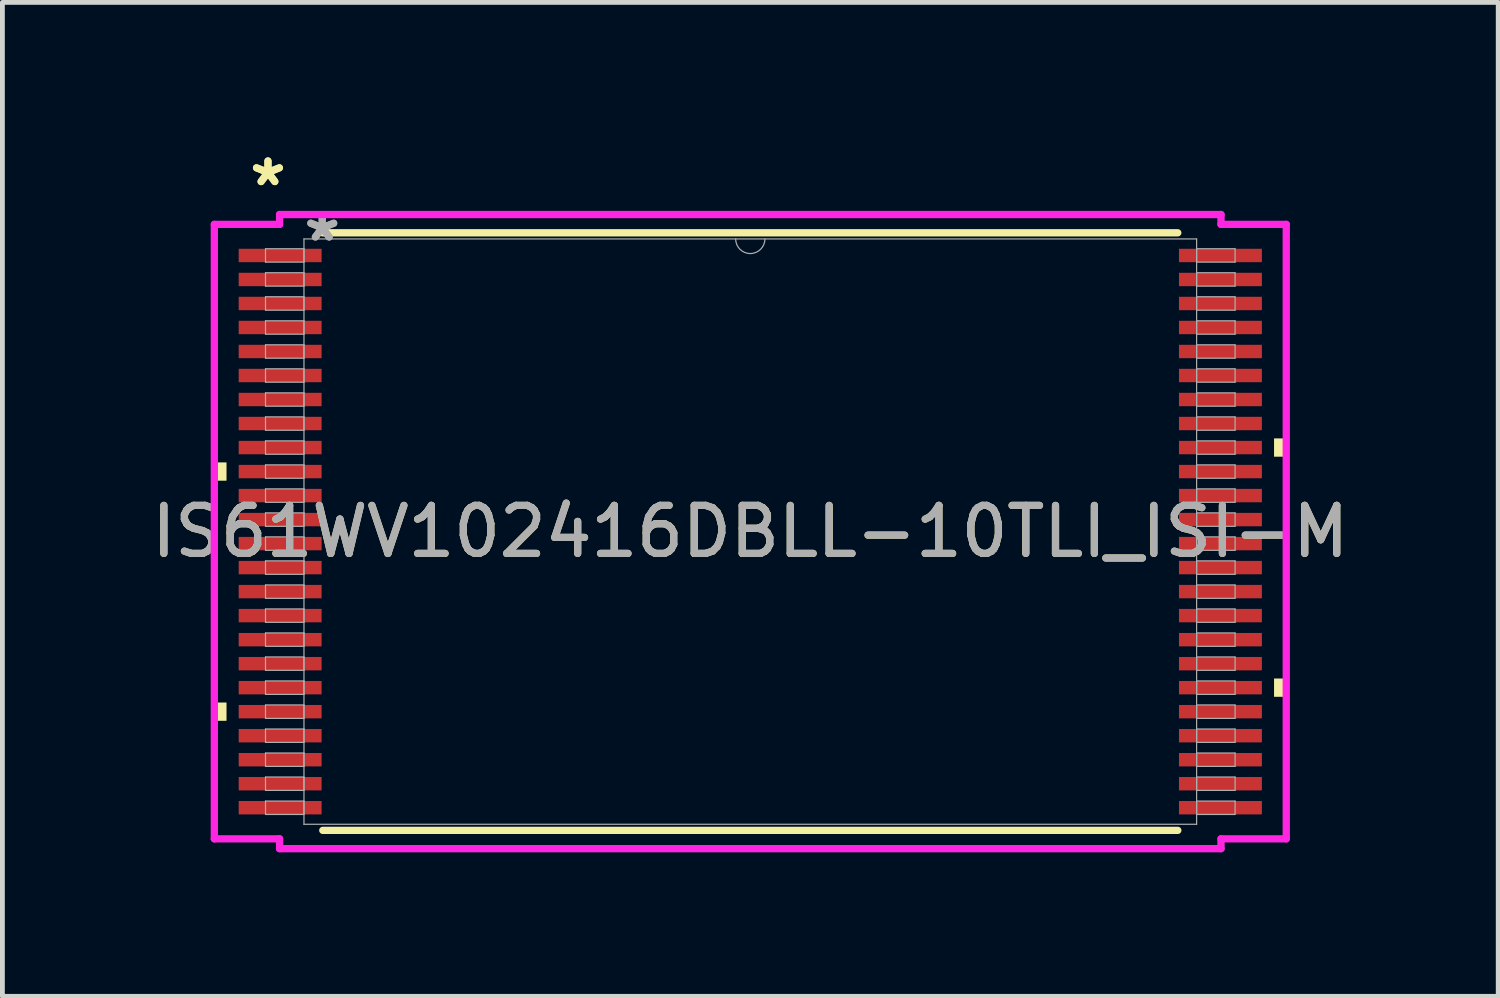
<source format=kicad_pcb>
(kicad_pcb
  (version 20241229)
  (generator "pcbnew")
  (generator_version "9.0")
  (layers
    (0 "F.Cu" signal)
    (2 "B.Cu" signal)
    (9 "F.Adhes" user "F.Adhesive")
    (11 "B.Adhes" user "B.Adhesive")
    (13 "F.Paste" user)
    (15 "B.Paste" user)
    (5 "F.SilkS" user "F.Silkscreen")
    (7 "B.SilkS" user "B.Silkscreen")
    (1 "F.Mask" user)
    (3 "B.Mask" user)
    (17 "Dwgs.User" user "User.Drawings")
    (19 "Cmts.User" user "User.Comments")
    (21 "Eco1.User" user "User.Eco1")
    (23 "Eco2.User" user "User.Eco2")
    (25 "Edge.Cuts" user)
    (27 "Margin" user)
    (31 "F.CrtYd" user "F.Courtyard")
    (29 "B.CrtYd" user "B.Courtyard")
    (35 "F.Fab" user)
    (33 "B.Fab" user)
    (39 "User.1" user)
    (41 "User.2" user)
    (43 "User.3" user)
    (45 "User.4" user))
  (footprint "IS61WV102416DBLL-10TLI_ISI-M"
    (layer "F.Cu")
    (at 12.577 8.022)
    (property "Reference" "IS61WV102416DBLL-10TLI_ISI-M" (at 0 0 0) (unlocked yes) (layer "F.SilkS") (effects (font (size 1 1) (thickness 0.15))))
    (attr smd)
    (fp_line (start -8.904 6.223) (end 8.904 6.223) (stroke (width 0.152) (type solid)) (layer "F.SilkS"))
    (fp_line (start 8.904 -6.223) (end -8.904 -6.223) (stroke (width 0.152) (type solid)) (layer "F.SilkS"))
    (fp_poly (pts (xy -11.163 -1.441) (xy -11.163 -1.06) (xy -10.909 -1.06) (xy -10.909 -1.441)) (stroke (width 0) (type solid)) (fill yes) (layer "F.SilkS"))
    (fp_poly (pts (xy -11.163 3.56) (xy -11.163 3.941) (xy -10.909 3.941) (xy -10.909 3.56)) (stroke (width 0) (type solid)) (fill yes) (layer "F.SilkS"))
    (fp_poly (pts (xy 11.163 -1.941) (xy 11.163 -1.56) (xy 10.909 -1.56) (xy 10.909 -1.941)) (stroke (width 0) (type solid)) (fill yes) (layer "F.SilkS"))
    (fp_poly (pts (xy 11.163 3.06) (xy 11.163 3.441) (xy 10.909 3.441) (xy 10.909 3.06)) (stroke (width 0) (type solid)) (fill yes) (layer "F.SilkS"))
    (fp_line (start -11.163 -6.399) (end -9.804 -6.399) (stroke (width 0.152) (type solid)) (layer "F.CrtYd"))
    (fp_line (start -11.163 6.399) (end -11.163 -6.399) (stroke (width 0.152) (type solid)) (layer "F.CrtYd"))
    (fp_line (start -11.163 6.399) (end -9.804 6.399) (stroke (width 0.152) (type solid)) (layer "F.CrtYd"))
    (fp_line (start -9.804 -6.604) (end 9.804 -6.604) (stroke (width 0.152) (type solid)) (layer "F.CrtYd"))
    (fp_line (start -9.804 -6.399) (end -9.804 -6.604) (stroke (width 0.152) (type solid)) (layer "F.CrtYd"))
    (fp_line (start -9.804 6.604) (end -9.804 6.399) (stroke (width 0.152) (type solid)) (layer "F.CrtYd"))
    (fp_line (start 9.804 -6.604) (end 9.804 -6.399) (stroke (width 0.152) (type solid)) (layer "F.CrtYd"))
    (fp_line (start 9.804 6.399) (end 9.804 6.604) (stroke (width 0.152) (type solid)) (layer "F.CrtYd"))
    (fp_line (start 9.804 6.604) (end -9.804 6.604) (stroke (width 0.152) (type solid)) (layer "F.CrtYd"))
    (fp_line (start 11.163 -6.399) (end 9.804 -6.399) (stroke (width 0.152) (type solid)) (layer "F.CrtYd"))
    (fp_line (start 11.163 -6.399) (end 11.163 6.399) (stroke (width 0.152) (type solid)) (layer "F.CrtYd"))
    (fp_line (start 11.163 6.399) (end 9.804 6.399) (stroke (width 0.152) (type solid)) (layer "F.CrtYd"))
    (fp_line (start -10.097 -5.891) (end -10.097 -5.612) (stroke (width 0.025) (type solid)) (layer "F.Fab"))
    (fp_line (start -10.097 -5.612) (end -9.296 -5.612) (stroke (width 0.025) (type solid)) (layer "F.Fab"))
    (fp_line (start -10.097 -5.391) (end -10.097 -5.112) (stroke (width 0.025) (type solid)) (layer "F.Fab"))
    (fp_line (start -10.097 -5.112) (end -9.296 -5.112) (stroke (width 0.025) (type solid)) (layer "F.Fab"))
    (fp_line (start -10.097 -4.891) (end -10.097 -4.611) (stroke (width 0.025) (type solid)) (layer "F.Fab"))
    (fp_line (start -10.097 -4.611) (end -9.296 -4.611) (stroke (width 0.025) (type solid)) (layer "F.Fab"))
    (fp_line (start -10.097 -4.391) (end -10.097 -4.111) (stroke (width 0.025) (type solid)) (layer "F.Fab"))
    (fp_line (start -10.097 -4.111) (end -9.296 -4.111) (stroke (width 0.025) (type solid)) (layer "F.Fab"))
    (fp_line (start -10.097 -3.891) (end -10.097 -3.611) (stroke (width 0.025) (type solid)) (layer "F.Fab"))
    (fp_line (start -10.097 -3.611) (end -9.296 -3.611) (stroke (width 0.025) (type solid)) (layer "F.Fab"))
    (fp_line (start -10.097 -3.391) (end -10.097 -3.111) (stroke (width 0.025) (type solid)) (layer "F.Fab"))
    (fp_line (start -10.097 -3.111) (end -9.296 -3.111) (stroke (width 0.025) (type solid)) (layer "F.Fab"))
    (fp_line (start -10.097 -2.89) (end -10.097 -2.611) (stroke (width 0.025) (type solid)) (layer "F.Fab"))
    (fp_line (start -10.097 -2.611) (end -9.296 -2.611) (stroke (width 0.025) (type solid)) (layer "F.Fab"))
    (fp_line (start -10.097 -2.39) (end -10.097 -2.111) (stroke (width 0.025) (type solid)) (layer "F.Fab"))
    (fp_line (start -10.097 -2.111) (end -9.296 -2.111) (stroke (width 0.025) (type solid)) (layer "F.Fab"))
    (fp_line (start -10.097 -1.89) (end -10.097 -1.611) (stroke (width 0.025) (type solid)) (layer "F.Fab"))
    (fp_line (start -10.097 -1.611) (end -9.296 -1.611) (stroke (width 0.025) (type solid)) (layer "F.Fab"))
    (fp_line (start -10.097 -1.39) (end -10.097 -1.111) (stroke (width 0.025) (type solid)) (layer "F.Fab"))
    (fp_line (start -10.097 -1.111) (end -9.296 -1.111) (stroke (width 0.025) (type solid)) (layer "F.Fab"))
    (fp_line (start -10.097 -0.89) (end -10.097 -0.61) (stroke (width 0.025) (type solid)) (layer "F.Fab"))
    (fp_line (start -10.097 -0.61) (end -9.296 -0.61) (stroke (width 0.025) (type solid)) (layer "F.Fab"))
    (fp_line (start -10.097 -0.39) (end -10.097 -0.11) (stroke (width 0.025) (type solid)) (layer "F.Fab"))
    (fp_line (start -10.097 -0.11) (end -9.296 -0.11) (stroke (width 0.025) (type solid)) (layer "F.Fab"))
    (fp_line (start -10.097 0.11) (end -10.097 0.39) (stroke (width 0.025) (type solid)) (layer "F.Fab"))
    (fp_line (start -10.097 0.39) (end -9.296 0.39) (stroke (width 0.025) (type solid)) (layer "F.Fab"))
    (fp_line (start -10.097 0.61) (end -10.097 0.89) (stroke (width 0.025) (type solid)) (layer "F.Fab"))
    (fp_line (start -10.097 0.89) (end -9.296 0.89) (stroke (width 0.025) (type solid)) (layer "F.Fab"))
    (fp_line (start -10.097 1.111) (end -10.097 1.39) (stroke (width 0.025) (type solid)) (layer "F.Fab"))
    (fp_line (start -10.097 1.39) (end -9.296 1.39) (stroke (width 0.025) (type solid)) (layer "F.Fab"))
    (fp_line (start -10.097 1.611) (end -10.097 1.89) (stroke (width 0.025) (type solid)) (layer "F.Fab"))
    (fp_line (start -10.097 1.89) (end -9.296 1.89) (stroke (width 0.025) (type solid)) (layer "F.Fab"))
    (fp_line (start -10.097 2.111) (end -10.097 2.39) (stroke (width 0.025) (type solid)) (layer "F.Fab"))
    (fp_line (start -10.097 2.39) (end -9.296 2.39) (stroke (width 0.025) (type solid)) (layer "F.Fab"))
    (fp_line (start -10.097 2.611) (end -10.097 2.89) (stroke (width 0.025) (type solid)) (layer "F.Fab"))
    (fp_line (start -10.097 2.89) (end -9.296 2.89) (stroke (width 0.025) (type solid)) (layer "F.Fab"))
    (fp_line (start -10.097 3.111) (end -10.097 3.391) (stroke (width 0.025) (type solid)) (layer "F.Fab"))
    (fp_line (start -10.097 3.391) (end -9.296 3.391) (stroke (width 0.025) (type solid)) (layer "F.Fab"))
    (fp_line (start -10.097 3.611) (end -10.097 3.891) (stroke (width 0.025) (type solid)) (layer "F.Fab"))
    (fp_line (start -10.097 3.891) (end -9.296 3.891) (stroke (width 0.025) (type solid)) (layer "F.Fab"))
    (fp_line (start -10.097 4.111) (end -10.097 4.391) (stroke (width 0.025) (type solid)) (layer "F.Fab"))
    (fp_line (start -10.097 4.391) (end -9.296 4.391) (stroke (width 0.025) (type solid)) (layer "F.Fab"))
    (fp_line (start -10.097 4.611) (end -10.097 4.891) (stroke (width 0.025) (type solid)) (layer "F.Fab"))
    (fp_line (start -10.097 4.891) (end -9.296 4.891) (stroke (width 0.025) (type solid)) (layer "F.Fab"))
    (fp_line (start -10.097 5.112) (end -10.097 5.391) (stroke (width 0.025) (type solid)) (layer "F.Fab"))
    (fp_line (start -10.097 5.391) (end -9.296 5.391) (stroke (width 0.025) (type solid)) (layer "F.Fab"))
    (fp_line (start -10.097 5.612) (end -10.097 5.891) (stroke (width 0.025) (type solid)) (layer "F.Fab"))
    (fp_line (start -10.097 5.891) (end -9.296 5.891) (stroke (width 0.025) (type solid)) (layer "F.Fab"))
    (fp_line (start -9.296 -6.096) (end -9.296 6.096) (stroke (width 0.025) (type solid)) (layer "F.Fab"))
    (fp_line (start -9.296 -5.891) (end -10.097 -5.891) (stroke (width 0.025) (type solid)) (layer "F.Fab"))
    (fp_line (start -9.296 -5.612) (end -9.296 -5.891) (stroke (width 0.025) (type solid)) (layer "F.Fab"))
    (fp_line (start -9.296 -5.391) (end -10.097 -5.391) (stroke (width 0.025) (type solid)) (layer "F.Fab"))
    (fp_line (start -9.296 -5.112) (end -9.296 -5.391) (stroke (width 0.025) (type solid)) (layer "F.Fab"))
    (fp_line (start -9.296 -4.891) (end -10.097 -4.891) (stroke (width 0.025) (type solid)) (layer "F.Fab"))
    (fp_line (start -9.296 -4.611) (end -9.296 -4.891) (stroke (width 0.025) (type solid)) (layer "F.Fab"))
    (fp_line (start -9.296 -4.391) (end -10.097 -4.391) (stroke (width 0.025) (type solid)) (layer "F.Fab"))
    (fp_line (start -9.296 -4.111) (end -9.296 -4.391) (stroke (width 0.025) (type solid)) (layer "F.Fab"))
    (fp_line (start -9.296 -3.891) (end -10.097 -3.891) (stroke (width 0.025) (type solid)) (layer "F.Fab"))
    (fp_line (start -9.296 -3.611) (end -9.296 -3.891) (stroke (width 0.025) (type solid)) (layer "F.Fab"))
    (fp_line (start -9.296 -3.391) (end -10.097 -3.391) (stroke (width 0.025) (type solid)) (layer "F.Fab"))
    (fp_line (start -9.296 -3.111) (end -9.296 -3.391) (stroke (width 0.025) (type solid)) (layer "F.Fab"))
    (fp_line (start -9.296 -2.89) (end -10.097 -2.89) (stroke (width 0.025) (type solid)) (layer "F.Fab"))
    (fp_line (start -9.296 -2.611) (end -9.296 -2.89) (stroke (width 0.025) (type solid)) (layer "F.Fab"))
    (fp_line (start -9.296 -2.39) (end -10.097 -2.39) (stroke (width 0.025) (type solid)) (layer "F.Fab"))
    (fp_line (start -9.296 -2.111) (end -9.296 -2.39) (stroke (width 0.025) (type solid)) (layer "F.Fab"))
    (fp_line (start -9.296 -1.89) (end -10.097 -1.89) (stroke (width 0.025) (type solid)) (layer "F.Fab"))
    (fp_line (start -9.296 -1.611) (end -9.296 -1.89) (stroke (width 0.025) (type solid)) (layer "F.Fab"))
    (fp_line (start -9.296 -1.39) (end -10.097 -1.39) (stroke (width 0.025) (type solid)) (layer "F.Fab"))
    (fp_line (start -9.296 -1.111) (end -9.296 -1.39) (stroke (width 0.025) (type solid)) (layer "F.Fab"))
    (fp_line (start -9.296 -0.89) (end -10.097 -0.89) (stroke (width 0.025) (type solid)) (layer "F.Fab"))
    (fp_line (start -9.296 -0.61) (end -9.296 -0.89) (stroke (width 0.025) (type solid)) (layer "F.Fab"))
    (fp_line (start -9.296 -0.39) (end -10.097 -0.39) (stroke (width 0.025) (type solid)) (layer "F.Fab"))
    (fp_line (start -9.296 -0.11) (end -9.296 -0.39) (stroke (width 0.025) (type solid)) (layer "F.Fab"))
    (fp_line (start -9.296 0.11) (end -10.097 0.11) (stroke (width 0.025) (type solid)) (layer "F.Fab"))
    (fp_line (start -9.296 0.39) (end -9.296 0.11) (stroke (width 0.025) (type solid)) (layer "F.Fab"))
    (fp_line (start -9.296 0.61) (end -10.097 0.61) (stroke (width 0.025) (type solid)) (layer "F.Fab"))
    (fp_line (start -9.296 0.89) (end -9.296 0.61) (stroke (width 0.025) (type solid)) (layer "F.Fab"))
    (fp_line (start -9.296 1.111) (end -10.097 1.111) (stroke (width 0.025) (type solid)) (layer "F.Fab"))
    (fp_line (start -9.296 1.39) (end -9.296 1.111) (stroke (width 0.025) (type solid)) (layer "F.Fab"))
    (fp_line (start -9.296 1.611) (end -10.097 1.611) (stroke (width 0.025) (type solid)) (layer "F.Fab"))
    (fp_line (start -9.296 1.89) (end -9.296 1.611) (stroke (width 0.025) (type solid)) (layer "F.Fab"))
    (fp_line (start -9.296 2.111) (end -10.097 2.111) (stroke (width 0.025) (type solid)) (layer "F.Fab"))
    (fp_line (start -9.296 2.39) (end -9.296 2.111) (stroke (width 0.025) (type solid)) (layer "F.Fab"))
    (fp_line (start -9.296 2.611) (end -10.097 2.611) (stroke (width 0.025) (type solid)) (layer "F.Fab"))
    (fp_line (start -9.296 2.89) (end -9.296 2.611) (stroke (width 0.025) (type solid)) (layer "F.Fab"))
    (fp_line (start -9.296 3.111) (end -10.097 3.111) (stroke (width 0.025) (type solid)) (layer "F.Fab"))
    (fp_line (start -9.296 3.391) (end -9.296 3.111) (stroke (width 0.025) (type solid)) (layer "F.Fab"))
    (fp_line (start -9.296 3.611) (end -10.097 3.611) (stroke (width 0.025) (type solid)) (layer "F.Fab"))
    (fp_line (start -9.296 3.891) (end -9.296 3.611) (stroke (width 0.025) (type solid)) (layer "F.Fab"))
    (fp_line (start -9.296 4.111) (end -10.097 4.111) (stroke (width 0.025) (type solid)) (layer "F.Fab"))
    (fp_line (start -9.296 4.391) (end -9.296 4.111) (stroke (width 0.025) (type solid)) (layer "F.Fab"))
    (fp_line (start -9.296 4.611) (end -10.097 4.611) (stroke (width 0.025) (type solid)) (layer "F.Fab"))
    (fp_line (start -9.296 4.891) (end -9.296 4.611) (stroke (width 0.025) (type solid)) (layer "F.Fab"))
    (fp_line (start -9.296 5.112) (end -10.097 5.112) (stroke (width 0.025) (type solid)) (layer "F.Fab"))
    (fp_line (start -9.296 5.391) (end -9.296 5.112) (stroke (width 0.025) (type solid)) (layer "F.Fab"))
    (fp_line (start -9.296 5.612) (end -10.097 5.612) (stroke (width 0.025) (type solid)) (layer "F.Fab"))
    (fp_line (start -9.296 5.891) (end -9.296 5.612) (stroke (width 0.025) (type solid)) (layer "F.Fab"))
    (fp_line (start -9.296 6.096) (end 9.296 6.096) (stroke (width 0.025) (type solid)) (layer "F.Fab"))
    (fp_line (start 9.296 -6.096) (end -9.296 -6.096) (stroke (width 0.025) (type solid)) (layer "F.Fab"))
    (fp_line (start 9.296 -5.891) (end 9.296 -5.612) (stroke (width 0.025) (type solid)) (layer "F.Fab"))
    (fp_line (start 9.296 -5.612) (end 10.097 -5.612) (stroke (width 0.025) (type solid)) (layer "F.Fab"))
    (fp_line (start 9.296 -5.391) (end 9.296 -5.112) (stroke (width 0.025) (type solid)) (layer "F.Fab"))
    (fp_line (start 9.296 -5.112) (end 10.097 -5.112) (stroke (width 0.025) (type solid)) (layer "F.Fab"))
    (fp_line (start 9.296 -4.891) (end 9.296 -4.611) (stroke (width 0.025) (type solid)) (layer "F.Fab"))
    (fp_line (start 9.296 -4.611) (end 10.097 -4.611) (stroke (width 0.025) (type solid)) (layer "F.Fab"))
    (fp_line (start 9.296 -4.391) (end 9.296 -4.111) (stroke (width 0.025) (type solid)) (layer "F.Fab"))
    (fp_line (start 9.296 -4.111) (end 10.097 -4.111) (stroke (width 0.025) (type solid)) (layer "F.Fab"))
    (fp_line (start 9.296 -3.891) (end 9.296 -3.611) (stroke (width 0.025) (type solid)) (layer "F.Fab"))
    (fp_line (start 9.296 -3.611) (end 10.097 -3.611) (stroke (width 0.025) (type solid)) (layer "F.Fab"))
    (fp_line (start 9.296 -3.391) (end 9.296 -3.111) (stroke (width 0.025) (type solid)) (layer "F.Fab"))
    (fp_line (start 9.296 -3.111) (end 10.097 -3.111) (stroke (width 0.025) (type solid)) (layer "F.Fab"))
    (fp_line (start 9.296 -2.89) (end 9.296 -2.611) (stroke (width 0.025) (type solid)) (layer "F.Fab"))
    (fp_line (start 9.296 -2.611) (end 10.097 -2.611) (stroke (width 0.025) (type solid)) (layer "F.Fab"))
    (fp_line (start 9.296 -2.39) (end 9.296 -2.111) (stroke (width 0.025) (type solid)) (layer "F.Fab"))
    (fp_line (start 9.296 -2.111) (end 10.097 -2.111) (stroke (width 0.025) (type solid)) (layer "F.Fab"))
    (fp_line (start 9.296 -1.89) (end 9.296 -1.611) (stroke (width 0.025) (type solid)) (layer "F.Fab"))
    (fp_line (start 9.296 -1.611) (end 10.097 -1.611) (stroke (width 0.025) (type solid)) (layer "F.Fab"))
    (fp_line (start 9.296 -1.39) (end 9.296 -1.111) (stroke (width 0.025) (type solid)) (layer "F.Fab"))
    (fp_line (start 9.296 -1.111) (end 10.097 -1.111) (stroke (width 0.025) (type solid)) (layer "F.Fab"))
    (fp_line (start 9.296 -0.89) (end 9.296 -0.61) (stroke (width 0.025) (type solid)) (layer "F.Fab"))
    (fp_line (start 9.296 -0.61) (end 10.097 -0.61) (stroke (width 0.025) (type solid)) (layer "F.Fab"))
    (fp_line (start 9.296 -0.39) (end 9.296 -0.11) (stroke (width 0.025) (type solid)) (layer "F.Fab"))
    (fp_line (start 9.296 -0.11) (end 10.097 -0.11) (stroke (width 0.025) (type solid)) (layer "F.Fab"))
    (fp_line (start 9.296 0.11) (end 9.296 0.39) (stroke (width 0.025) (type solid)) (layer "F.Fab"))
    (fp_line (start 9.296 0.39) (end 10.097 0.39) (stroke (width 0.025) (type solid)) (layer "F.Fab"))
    (fp_line (start 9.296 0.61) (end 9.296 0.89) (stroke (width 0.025) (type solid)) (layer "F.Fab"))
    (fp_line (start 9.296 0.89) (end 10.097 0.89) (stroke (width 0.025) (type solid)) (layer "F.Fab"))
    (fp_line (start 9.296 1.111) (end 9.296 1.39) (stroke (width 0.025) (type solid)) (layer "F.Fab"))
    (fp_line (start 9.296 1.39) (end 10.097 1.39) (stroke (width 0.025) (type solid)) (layer "F.Fab"))
    (fp_line (start 9.296 1.611) (end 9.296 1.89) (stroke (width 0.025) (type solid)) (layer "F.Fab"))
    (fp_line (start 9.296 1.89) (end 10.097 1.89) (stroke (width 0.025) (type solid)) (layer "F.Fab"))
    (fp_line (start 9.296 2.111) (end 9.296 2.39) (stroke (width 0.025) (type solid)) (layer "F.Fab"))
    (fp_line (start 9.296 2.39) (end 10.097 2.39) (stroke (width 0.025) (type solid)) (layer "F.Fab"))
    (fp_line (start 9.296 2.611) (end 9.296 2.89) (stroke (width 0.025) (type solid)) (layer "F.Fab"))
    (fp_line (start 9.296 2.89) (end 10.097 2.89) (stroke (width 0.025) (type solid)) (layer "F.Fab"))
    (fp_line (start 9.296 3.111) (end 9.296 3.391) (stroke (width 0.025) (type solid)) (layer "F.Fab"))
    (fp_line (start 9.296 3.391) (end 10.097 3.391) (stroke (width 0.025) (type solid)) (layer "F.Fab"))
    (fp_line (start 9.296 3.611) (end 9.296 3.891) (stroke (width 0.025) (type solid)) (layer "F.Fab"))
    (fp_line (start 9.296 3.891) (end 10.097 3.891) (stroke (width 0.025) (type solid)) (layer "F.Fab"))
    (fp_line (start 9.296 4.111) (end 9.296 4.391) (stroke (width 0.025) (type solid)) (layer "F.Fab"))
    (fp_line (start 9.296 4.391) (end 10.097 4.391) (stroke (width 0.025) (type solid)) (layer "F.Fab"))
    (fp_line (start 9.296 4.611) (end 9.296 4.891) (stroke (width 0.025) (type solid)) (layer "F.Fab"))
    (fp_line (start 9.296 4.891) (end 10.097 4.891) (stroke (width 0.025) (type solid)) (layer "F.Fab"))
    (fp_line (start 9.296 5.112) (end 9.296 5.391) (stroke (width 0.025) (type solid)) (layer "F.Fab"))
    (fp_line (start 9.296 5.391) (end 10.097 5.391) (stroke (width 0.025) (type solid)) (layer "F.Fab"))
    (fp_line (start 9.296 5.612) (end 9.296 5.891) (stroke (width 0.025) (type solid)) (layer "F.Fab"))
    (fp_line (start 9.296 5.891) (end 10.097 5.891) (stroke (width 0.025) (type solid)) (layer "F.Fab"))
    (fp_line (start 9.296 6.096) (end 9.296 -6.096) (stroke (width 0.025) (type solid)) (layer "F.Fab"))
    (fp_line (start 10.097 -5.891) (end 9.296 -5.891) (stroke (width 0.025) (type solid)) (layer "F.Fab"))
    (fp_line (start 10.097 -5.612) (end 10.097 -5.891) (stroke (width 0.025) (type solid)) (layer "F.Fab"))
    (fp_line (start 10.097 -5.391) (end 9.296 -5.391) (stroke (width 0.025) (type solid)) (layer "F.Fab"))
    (fp_line (start 10.097 -5.112) (end 10.097 -5.391) (stroke (width 0.025) (type solid)) (layer "F.Fab"))
    (fp_line (start 10.097 -4.891) (end 9.296 -4.891) (stroke (width 0.025) (type solid)) (layer "F.Fab"))
    (fp_line (start 10.097 -4.611) (end 10.097 -4.891) (stroke (width 0.025) (type solid)) (layer "F.Fab"))
    (fp_line (start 10.097 -4.391) (end 9.296 -4.391) (stroke (width 0.025) (type solid)) (layer "F.Fab"))
    (fp_line (start 10.097 -4.111) (end 10.097 -4.391) (stroke (width 0.025) (type solid)) (layer "F.Fab"))
    (fp_line (start 10.097 -3.891) (end 9.296 -3.891) (stroke (width 0.025) (type solid)) (layer "F.Fab"))
    (fp_line (start 10.097 -3.611) (end 10.097 -3.891) (stroke (width 0.025) (type solid)) (layer "F.Fab"))
    (fp_line (start 10.097 -3.391) (end 9.296 -3.391) (stroke (width 0.025) (type solid)) (layer "F.Fab"))
    (fp_line (start 10.097 -3.111) (end 10.097 -3.391) (stroke (width 0.025) (type solid)) (layer "F.Fab"))
    (fp_line (start 10.097 -2.89) (end 9.296 -2.89) (stroke (width 0.025) (type solid)) (layer "F.Fab"))
    (fp_line (start 10.097 -2.611) (end 10.097 -2.89) (stroke (width 0.025) (type solid)) (layer "F.Fab"))
    (fp_line (start 10.097 -2.39) (end 9.296 -2.39) (stroke (width 0.025) (type solid)) (layer "F.Fab"))
    (fp_line (start 10.097 -2.111) (end 10.097 -2.39) (stroke (width 0.025) (type solid)) (layer "F.Fab"))
    (fp_line (start 10.097 -1.89) (end 9.296 -1.89) (stroke (width 0.025) (type solid)) (layer "F.Fab"))
    (fp_line (start 10.097 -1.611) (end 10.097 -1.89) (stroke (width 0.025) (type solid)) (layer "F.Fab"))
    (fp_line (start 10.097 -1.39) (end 9.296 -1.39) (stroke (width 0.025) (type solid)) (layer "F.Fab"))
    (fp_line (start 10.097 -1.111) (end 10.097 -1.39) (stroke (width 0.025) (type solid)) (layer "F.Fab"))
    (fp_line (start 10.097 -0.89) (end 9.296 -0.89) (stroke (width 0.025) (type solid)) (layer "F.Fab"))
    (fp_line (start 10.097 -0.61) (end 10.097 -0.89) (stroke (width 0.025) (type solid)) (layer "F.Fab"))
    (fp_line (start 10.097 -0.39) (end 9.296 -0.39) (stroke (width 0.025) (type solid)) (layer "F.Fab"))
    (fp_line (start 10.097 -0.11) (end 10.097 -0.39) (stroke (width 0.025) (type solid)) (layer "F.Fab"))
    (fp_line (start 10.097 0.11) (end 9.296 0.11) (stroke (width 0.025) (type solid)) (layer "F.Fab"))
    (fp_line (start 10.097 0.39) (end 10.097 0.11) (stroke (width 0.025) (type solid)) (layer "F.Fab"))
    (fp_line (start 10.097 0.61) (end 9.296 0.61) (stroke (width 0.025) (type solid)) (layer "F.Fab"))
    (fp_line (start 10.097 0.89) (end 10.097 0.61) (stroke (width 0.025) (type solid)) (layer "F.Fab"))
    (fp_line (start 10.097 1.111) (end 9.296 1.111) (stroke (width 0.025) (type solid)) (layer "F.Fab"))
    (fp_line (start 10.097 1.39) (end 10.097 1.111) (stroke (width 0.025) (type solid)) (layer "F.Fab"))
    (fp_line (start 10.097 1.611) (end 9.296 1.611) (stroke (width 0.025) (type solid)) (layer "F.Fab"))
    (fp_line (start 10.097 1.89) (end 10.097 1.611) (stroke (width 0.025) (type solid)) (layer "F.Fab"))
    (fp_line (start 10.097 2.111) (end 9.296 2.111) (stroke (width 0.025) (type solid)) (layer "F.Fab"))
    (fp_line (start 10.097 2.39) (end 10.097 2.111) (stroke (width 0.025) (type solid)) (layer "F.Fab"))
    (fp_line (start 10.097 2.611) (end 9.296 2.611) (stroke (width 0.025) (type solid)) (layer "F.Fab"))
    (fp_line (start 10.097 2.89) (end 10.097 2.611) (stroke (width 0.025) (type solid)) (layer "F.Fab"))
    (fp_line (start 10.097 3.111) (end 9.296 3.111) (stroke (width 0.025) (type solid)) (layer "F.Fab"))
    (fp_line (start 10.097 3.391) (end 10.097 3.111) (stroke (width 0.025) (type solid)) (layer "F.Fab"))
    (fp_line (start 10.097 3.611) (end 9.296 3.611) (stroke (width 0.025) (type solid)) (layer "F.Fab"))
    (fp_line (start 10.097 3.891) (end 10.097 3.611) (stroke (width 0.025) (type solid)) (layer "F.Fab"))
    (fp_line (start 10.097 4.111) (end 9.296 4.111) (stroke (width 0.025) (type solid)) (layer "F.Fab"))
    (fp_line (start 10.097 4.391) (end 10.097 4.111) (stroke (width 0.025) (type solid)) (layer "F.Fab"))
    (fp_line (start 10.097 4.611) (end 9.296 4.611) (stroke (width 0.025) (type solid)) (layer "F.Fab"))
    (fp_line (start 10.097 4.891) (end 10.097 4.611) (stroke (width 0.025) (type solid)) (layer "F.Fab"))
    (fp_line (start 10.097 5.112) (end 9.296 5.112) (stroke (width 0.025) (type solid)) (layer "F.Fab"))
    (fp_line (start 10.097 5.391) (end 10.097 5.112) (stroke (width 0.025) (type solid)) (layer "F.Fab"))
    (fp_line (start 10.097 5.612) (end 9.296 5.612) (stroke (width 0.025) (type solid)) (layer "F.Fab"))
    (fp_line (start 10.097 5.891) (end 10.097 5.612) (stroke (width 0.025) (type solid)) (layer "F.Fab"))
    (fp_arc (start 0.3048 -6.096) (mid 0 -5.7912) (end -0.3048 -6.096) (stroke (width 0.0254) (type solid)) (layer "F.Fab"))
    (fp_text user "*" (at -10.046 -7.174 0) (unlocked yes) (layer "F.SilkS") (effects (font (size 1 1) (thickness 0.15))))
    (fp_text user "*" (at -10.046 -7.174 0) (layer "F.SilkS") (effects (font (size 1 1) (thickness 0.15))))
    (fp_text user "${REFERENCE}" (at 0 0 0) (unlocked yes) (layer "F.Fab") (effects (font (size 1 1) (thickness 0.15))))
    (fp_text user "*" (at -8.915 -6.02 0) (unlocked yes) (layer "F.Fab") (effects (font (size 1 1) (thickness 0.15))))
    (fp_text user "*" (at -8.915 -6.02 0) (layer "F.Fab") (effects (font (size 1 1) (thickness 0.15))))
    (pad "1" smd rect (at -9.792 -5.751) (size 1.727 0.279) (layers "F.Cu" "F.Mask" "F.Paste"))
    (pad "2" smd rect (at -9.792 -5.251) (size 1.727 0.279) (layers "F.Cu" "F.Mask" "F.Paste"))
    (pad "3" smd rect (at -9.792 -4.751) (size 1.727 0.279) (layers "F.Cu" "F.Mask" "F.Paste"))
    (pad "4" smd rect (at -9.792 -4.251) (size 1.727 0.279) (layers "F.Cu" "F.Mask" "F.Paste"))
    (pad "5" smd rect (at -9.792 -3.751) (size 1.727 0.279) (layers "F.Cu" "F.Mask" "F.Paste"))
    (pad "6" smd rect (at -9.792 -3.251) (size 1.727 0.279) (layers "F.Cu" "F.Mask" "F.Paste"))
    (pad "7" smd rect (at -9.792 -2.751) (size 1.727 0.279) (layers "F.Cu" "F.Mask" "F.Paste"))
    (pad "8" smd rect (at -9.792 -2.251) (size 1.727 0.279) (layers "F.Cu" "F.Mask" "F.Paste"))
    (pad "9" smd rect (at -9.792 -1.75) (size 1.727 0.279) (layers "F.Cu" "F.Mask" "F.Paste"))
    (pad "10" smd rect (at -9.792 -1.25) (size 1.727 0.279) (layers "F.Cu" "F.Mask" "F.Paste"))
    (pad "11" smd rect (at -9.792 -0.75) (size 1.727 0.279) (layers "F.Cu" "F.Mask" "F.Paste"))
    (pad "12" smd rect (at -9.792 -0.25) (size 1.727 0.279) (layers "F.Cu" "F.Mask" "F.Paste"))
    (pad "13" smd rect (at -9.792 0.25) (size 1.727 0.279) (layers "F.Cu" "F.Mask" "F.Paste"))
    (pad "14" smd rect (at -9.792 0.75) (size 1.727 0.279) (layers "F.Cu" "F.Mask" "F.Paste"))
    (pad "15" smd rect (at -9.792 1.25) (size 1.727 0.279) (layers "F.Cu" "F.Mask" "F.Paste"))
    (pad "16" smd rect (at -9.792 1.75) (size 1.727 0.279) (layers "F.Cu" "F.Mask" "F.Paste"))
    (pad "17" smd rect (at -9.792 2.251) (size 1.727 0.279) (layers "F.Cu" "F.Mask" "F.Paste"))
    (pad "18" smd rect (at -9.792 2.751) (size 1.727 0.279) (layers "F.Cu" "F.Mask" "F.Paste"))
    (pad "19" smd rect (at -9.792 3.251) (size 1.727 0.279) (layers "F.Cu" "F.Mask" "F.Paste"))
    (pad "20" smd rect (at -9.792 3.751) (size 1.727 0.279) (layers "F.Cu" "F.Mask" "F.Paste"))
    (pad "21" smd rect (at -9.792 4.251) (size 1.727 0.279) (layers "F.Cu" "F.Mask" "F.Paste"))
    (pad "22" smd rect (at -9.792 4.751) (size 1.727 0.279) (layers "F.Cu" "F.Mask" "F.Paste"))
    (pad "23" smd rect (at -9.792 5.251) (size 1.727 0.279) (layers "F.Cu" "F.Mask" "F.Paste"))
    (pad "24" smd rect (at -9.792 5.751) (size 1.727 0.279) (layers "F.Cu" "F.Mask" "F.Paste"))
    (pad "25" smd rect (at 9.792 5.751) (size 1.727 0.279) (layers "F.Cu" "F.Mask" "F.Paste"))
    (pad "26" smd rect (at 9.792 5.251) (size 1.727 0.279) (layers "F.Cu" "F.Mask" "F.Paste"))
    (pad "27" smd rect (at 9.792 4.751) (size 1.727 0.279) (layers "F.Cu" "F.Mask" "F.Paste"))
    (pad "28" smd rect (at 9.792 4.251) (size 1.727 0.279) (layers "F.Cu" "F.Mask" "F.Paste"))
    (pad "29" smd rect (at 9.792 3.751) (size 1.727 0.279) (layers "F.Cu" "F.Mask" "F.Paste"))
    (pad "30" smd rect (at 9.792 3.251) (size 1.727 0.279) (layers "F.Cu" "F.Mask" "F.Paste"))
    (pad "31" smd rect (at 9.792 2.751) (size 1.727 0.279) (layers "F.Cu" "F.Mask" "F.Paste"))
    (pad "32" smd rect (at 9.792 2.251) (size 1.727 0.279) (layers "F.Cu" "F.Mask" "F.Paste"))
    (pad "33" smd rect (at 9.792 1.75) (size 1.727 0.279) (layers "F.Cu" "F.Mask" "F.Paste"))
    (pad "34" smd rect (at 9.792 1.25) (size 1.727 0.279) (layers "F.Cu" "F.Mask" "F.Paste"))
    (pad "35" smd rect (at 9.792 0.75) (size 1.727 0.279) (layers "F.Cu" "F.Mask" "F.Paste"))
    (pad "36" smd rect (at 9.792 0.25) (size 1.727 0.279) (layers "F.Cu" "F.Mask" "F.Paste"))
    (pad "37" smd rect (at 9.792 -0.25) (size 1.727 0.279) (layers "F.Cu" "F.Mask" "F.Paste"))
    (pad "38" smd rect (at 9.792 -0.75) (size 1.727 0.279) (layers "F.Cu" "F.Mask" "F.Paste"))
    (pad "39" smd rect (at 9.792 -1.25) (size 1.727 0.279) (layers "F.Cu" "F.Mask" "F.Paste"))
    (pad "40" smd rect (at 9.792 -1.75) (size 1.727 0.279) (layers "F.Cu" "F.Mask" "F.Paste"))
    (pad "41" smd rect (at 9.792 -2.251) (size 1.727 0.279) (layers "F.Cu" "F.Mask" "F.Paste"))
    (pad "42" smd rect (at 9.792 -2.751) (size 1.727 0.279) (layers "F.Cu" "F.Mask" "F.Paste"))
    (pad "43" smd rect (at 9.792 -3.251) (size 1.727 0.279) (layers "F.Cu" "F.Mask" "F.Paste"))
    (pad "44" smd rect (at 9.792 -3.751) (size 1.727 0.279) (layers "F.Cu" "F.Mask" "F.Paste"))
    (pad "45" smd rect (at 9.792 -4.251) (size 1.727 0.279) (layers "F.Cu" "F.Mask" "F.Paste"))
    (pad "46" smd rect (at 9.792 -4.751) (size 1.727 0.279) (layers "F.Cu" "F.Mask" "F.Paste"))
    (pad "47" smd rect (at 9.792 -5.251) (size 1.727 0.279) (layers "F.Cu" "F.Mask" "F.Paste"))
    (pad "48" smd rect (at 9.792 -5.751) (size 1.727 0.279) (layers "F.Cu" "F.Mask" "F.Paste")))
  (gr_rect
    (start -3 -3)
    (end 28.155 17.702)
    (stroke (width 0.1) (type default))
    (fill no)
    (layer "Edge.Cuts")))
</source>
